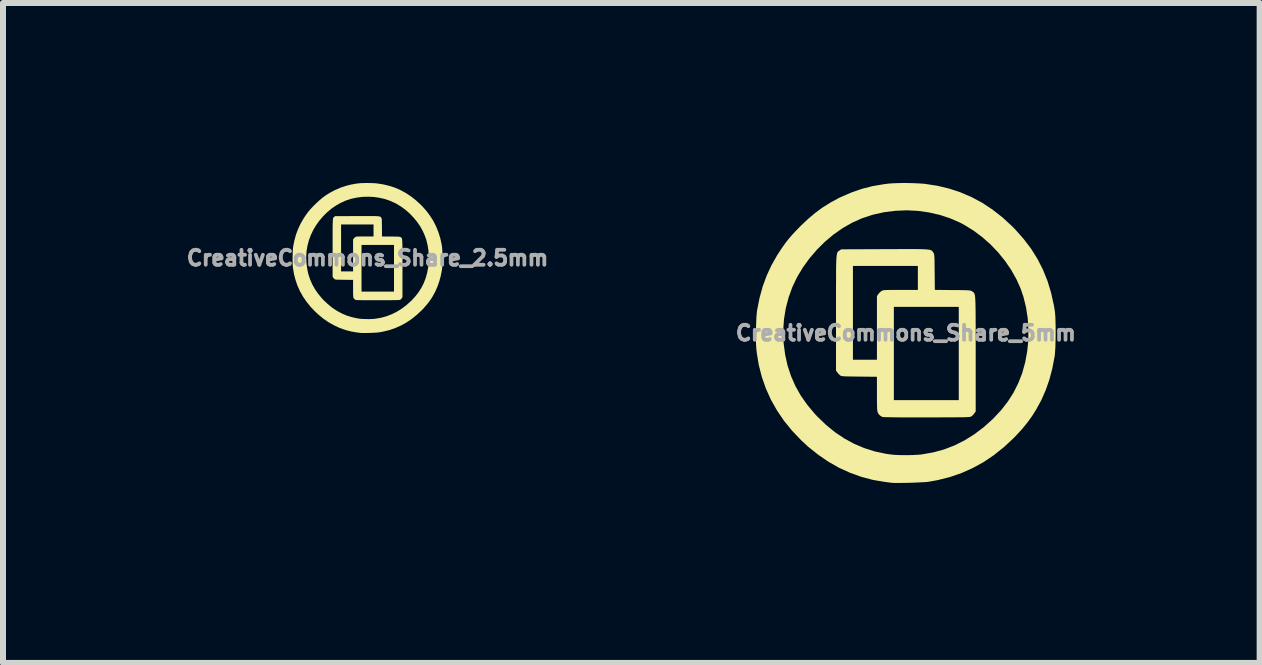
<source format=kicad_pcb>
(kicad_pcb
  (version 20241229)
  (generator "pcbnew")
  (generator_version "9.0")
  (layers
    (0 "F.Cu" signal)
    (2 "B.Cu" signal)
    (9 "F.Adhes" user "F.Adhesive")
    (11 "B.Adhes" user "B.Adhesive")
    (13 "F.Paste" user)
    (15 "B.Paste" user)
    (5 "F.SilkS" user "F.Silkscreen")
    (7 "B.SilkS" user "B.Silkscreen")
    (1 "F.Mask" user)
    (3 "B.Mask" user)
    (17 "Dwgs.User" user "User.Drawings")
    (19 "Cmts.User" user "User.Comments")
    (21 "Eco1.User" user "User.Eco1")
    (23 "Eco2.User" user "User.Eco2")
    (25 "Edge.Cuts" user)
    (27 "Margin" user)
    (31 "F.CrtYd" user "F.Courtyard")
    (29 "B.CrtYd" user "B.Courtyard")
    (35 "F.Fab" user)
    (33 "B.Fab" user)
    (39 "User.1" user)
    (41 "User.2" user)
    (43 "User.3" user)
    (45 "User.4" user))
  (footprint "CreativeCommons_Share_2.5mm"
    (layer "F.Cu")
    (at 3.075 1.25)
    (property "Reference" "CreativeCommons_Share_2.5mm" (at 0 0 0) (layer "F.Fab") (effects (font (size 0.25 0.25) (thickness 0.3))))
    (attr board_only exclude_from_pos_files exclude_from_bom)
    (fp_poly (pts (xy 0.047 -0.699) (xy 0.085 -0.699) (xy 0.116 -0.699) (xy 0.142 -0.698) (xy 0.163 -0.697) (xy 0.179 -0.696) (xy 0.192 -0.694) (xy 0.202 -0.692) (xy 0.21 -0.69) (xy 0.215 -0.687) (xy 0.219 -0.683) (xy 0.223 -0.679) (xy 0.226 -0.675) (xy 0.228 -0.671) (xy 0.231 -0.667) (xy 0.234 -0.662) (xy 0.235 -0.657) (xy 0.237 -0.648) (xy 0.238 -0.637) (xy 0.238 -0.621) (xy 0.239 -0.6) (xy 0.239 -0.572) (xy 0.24 -0.537) (xy 0.24 -0.508) (xy 0.241 -0.359) (xy 0.39 -0.358) (xy 0.431 -0.358) (xy 0.463 -0.357) (xy 0.489 -0.357) (xy 0.508 -0.356) (xy 0.523 -0.355) (xy 0.533 -0.354) (xy 0.54 -0.353) (xy 0.546 -0.351) (xy 0.55 -0.349) (xy 0.553 -0.347) (xy 0.557 -0.344) (xy 0.561 -0.341) (xy 0.565 -0.338) (xy 0.568 -0.334) (xy 0.571 -0.33) (xy 0.573 -0.323) (xy 0.575 -0.314) (xy 0.577 -0.303) (xy 0.578 -0.288) (xy 0.579 -0.27) (xy 0.58 -0.247) (xy 0.581 -0.219) (xy 0.581 -0.186) (xy 0.582 -0.147) (xy 0.582 -0.102) (xy 0.582 -0.05) (xy 0.582 0.01) (xy 0.582 0.077) (xy 0.582 0.153) (xy 0.582 0.174) (xy 0.582 0.653) (xy 0.572 0.668) (xy 0.561 0.681) (xy 0.55 0.692) (xy 0.549 0.693) (xy 0.546 0.695) (xy 0.543 0.696) (xy 0.539 0.697) (xy 0.534 0.698) (xy 0.526 0.699) (xy 0.516 0.7) (xy 0.502 0.701) (xy 0.485 0.701) (xy 0.462 0.702) (xy 0.434 0.702) (xy 0.401 0.702) (xy 0.361 0.703) (xy 0.314 0.703) (xy 0.259 0.703) (xy 0.195 0.703) (xy 0.178 0.703) (xy 0.122 0.703) (xy 0.067 0.703) (xy 0.017 0.703) (xy -0.031 0.703) (xy -0.073 0.703) (xy -0.11 0.702) (xy -0.142 0.702) (xy -0.166 0.701) (xy -0.183 0.701) (xy -0.192 0.7) (xy -0.193 0.7) (xy -0.206 0.694) (xy -0.217 0.685) (xy -0.223 0.679) (xy -0.229 0.673) (xy -0.233 0.666) (xy -0.236 0.657) (xy -0.238 0.646) (xy -0.239 0.63) (xy -0.24 0.609) (xy -0.241 0.582) (xy -0.241 0.559) (xy -0.1 0.559) (xy 0.441 0.559) (xy 0.441 -0.218) (xy -0.1 -0.218) (xy -0.1 0.559) (xy -0.241 0.559) (xy -0.241 0.548) (xy -0.241 0.507) (xy -0.241 0.364) (xy -0.388 0.363) (xy -0.429 0.362) (xy -0.461 0.362) (xy -0.487 0.361) (xy -0.506 0.361) (xy -0.52 0.36) (xy -0.531 0.359) (xy -0.538 0.357) (xy -0.543 0.355) (xy -0.547 0.353) (xy -0.549 0.352) (xy -0.56 0.341) (xy -0.571 0.329) (xy -0.572 0.327) (xy -0.582 0.312) (xy -0.582 0.223) (xy -0.441 0.223) (xy -0.241 0.223) (xy -0.241 -0.308) (xy -0.231 -0.323) (xy -0.219 -0.336) (xy -0.206 -0.348) (xy -0.205 -0.349) (xy -0.2 -0.352) (xy -0.196 -0.354) (xy -0.19 -0.356) (xy -0.182 -0.357) (xy -0.171 -0.358) (xy -0.155 -0.358) (xy -0.134 -0.359) (xy -0.107 -0.359) (xy -0.072 -0.359) (xy -0.045 -0.359) (xy 0.1 -0.359) (xy 0.1 -0.559) (xy -0.441 -0.559) (xy -0.441 0.223) (xy -0.582 0.223) (xy -0.582 -0.167) (xy -0.582 -0.245) (xy -0.582 -0.315) (xy -0.582 -0.376) (xy -0.582 -0.43) (xy -0.582 -0.477) (xy -0.581 -0.518) (xy -0.581 -0.552) (xy -0.58 -0.581) (xy -0.579 -0.605) (xy -0.578 -0.625) (xy -0.577 -0.64) (xy -0.576 -0.653) (xy -0.574 -0.662) (xy -0.571 -0.669) (xy -0.569 -0.674) (xy -0.566 -0.678) (xy -0.562 -0.681) (xy -0.558 -0.684) (xy -0.554 -0.687) (xy -0.553 -0.688) (xy -0.539 -0.698) (xy -0.176 -0.699) (xy -0.108 -0.699) (xy -0.049 -0.699) (xy 0.003 -0.699)) (stroke (width 0) (type solid)) (fill yes) (layer "F.SilkS"))
    (fp_poly (pts (xy 0.009 -1.25) (xy 0.052 -1.249) (xy 0.093 -1.248) (xy 0.13 -1.246) (xy 0.159 -1.243) (xy 0.263 -1.227) (xy 0.362 -1.203) (xy 0.458 -1.172) (xy 0.549 -1.132) (xy 0.637 -1.084) (xy 0.722 -1.028) (xy 0.804 -0.964) (xy 0.884 -0.891) (xy 0.912 -0.863) (xy 0.982 -0.784) (xy 1.043 -0.702) (xy 1.097 -0.617) (xy 1.142 -0.527) (xy 1.18 -0.433) (xy 1.211 -0.335) (xy 1.234 -0.231) (xy 1.242 -0.18) (xy 1.244 -0.157) (xy 1.246 -0.127) (xy 1.247 -0.092) (xy 1.248 -0.052) (xy 1.248 -0.01) (xy 1.248 0.033) (xy 1.247 0.074) (xy 1.246 0.113) (xy 1.244 0.148) (xy 1.242 0.177) (xy 1.24 0.195) (xy 1.221 0.295) (xy 1.196 0.388) (xy 1.165 0.476) (xy 1.128 0.56) (xy 1.087 0.636) (xy 1.052 0.692) (xy 1.014 0.744) (xy 0.972 0.795) (xy 0.925 0.848) (xy 0.896 0.877) (xy 0.815 0.952) (xy 0.732 1.018) (xy 0.646 1.076) (xy 0.557 1.125) (xy 0.464 1.166) (xy 0.367 1.2) (xy 0.265 1.225) (xy 0.19 1.239) (xy 0.175 1.241) (xy 0.153 1.243) (xy 0.125 1.244) (xy 0.093 1.246) (xy 0.059 1.247) (xy 0.024 1.248) (xy -0.011 1.249) (xy -0.043 1.249) (xy -0.072 1.249) (xy -0.097 1.249) (xy -0.114 1.248) (xy -0.123 1.247) (xy -0.132 1.246) (xy -0.148 1.244) (xy -0.167 1.241) (xy -0.175 1.241) (xy -0.273 1.224) (xy -0.37 1.199) (xy -0.465 1.165) (xy -0.557 1.122) (xy -0.646 1.072) (xy -0.733 1.013) (xy -0.815 0.946) (xy -0.872 0.893) (xy -0.948 0.814) (xy -1.015 0.731) (xy -1.074 0.645) (xy -1.125 0.555) (xy -1.167 0.462) (xy -1.2 0.366) (xy -1.226 0.266) (xy -1.243 0.162) (xy -1.246 0.135) (xy -1.248 0.108) (xy -1.249 0.075) (xy -1.249 0.037) (xy -1.249 -0.003) (xy -1.249 -0.022) (xy -1.022 -0.022) (xy -1.019 0.072) (xy -1.018 0.084) (xy -1.006 0.179) (xy -0.986 0.27) (xy -0.957 0.357) (xy -0.921 0.44) (xy -0.876 0.52) (xy -0.822 0.597) (xy -0.761 0.671) (xy -0.737 0.697) (xy -0.664 0.766) (xy -0.59 0.827) (xy -0.512 0.879) (xy -0.431 0.923) (xy -0.347 0.959) (xy -0.259 0.986) (xy -0.167 1.006) (xy -0.133 1.011) (xy -0.103 1.014) (xy -0.066 1.016) (xy -0.025 1.017) (xy 0.017 1.018) (xy 0.059 1.017) (xy 0.098 1.015) (xy 0.13 1.012) (xy 0.135 1.011) (xy 0.228 0.995) (xy 0.318 0.97) (xy 0.405 0.936) (xy 0.489 0.894) (xy 0.57 0.844) (xy 0.648 0.785) (xy 0.724 0.717) (xy 0.732 0.709) (xy 0.795 0.641) (xy 0.85 0.57) (xy 0.897 0.497) (xy 0.936 0.42) (xy 0.968 0.338) (xy 0.97 0.332) (xy 0.994 0.244) (xy 1.011 0.154) (xy 1.02 0.061) (xy 1.022 -0.031) (xy 1.015 -0.123) (xy 1.001 -0.214) (xy 0.98 -0.301) (xy 0.956 -0.37) (xy 0.921 -0.449) (xy 0.878 -0.527) (xy 0.827 -0.601) (xy 0.769 -0.672) (xy 0.706 -0.738) (xy 0.638 -0.799) (xy 0.565 -0.853) (xy 0.489 -0.9) (xy 0.452 -0.919) (xy 0.369 -0.956) (xy 0.282 -0.985) (xy 0.192 -1.005) (xy 0.1 -1.018) (xy 0.007 -1.022) (xy -0.087 -1.019) (xy -0.18 -1.007) (xy -0.273 -0.987) (xy -0.284 -0.984) (xy -0.367 -0.956) (xy -0.448 -0.919) (xy -0.527 -0.874) (xy -0.602 -0.822) (xy -0.674 -0.762) (xy -0.741 -0.695) (xy -0.804 -0.621) (xy -0.857 -0.547) (xy -0.905 -0.467) (xy -0.945 -0.383) (xy -0.977 -0.296) (xy -1.001 -0.207) (xy -1.016 -0.115) (xy -1.022 -0.022) (xy -1.249 -0.022) (xy -1.248 -0.045) (xy -1.247 -0.086) (xy -1.245 -0.123) (xy -1.243 -0.157) (xy -1.24 -0.184) (xy -1.239 -0.193) (xy -1.219 -0.293) (xy -1.193 -0.388) (xy -1.16 -0.477) (xy -1.12 -0.564) (xy -1.073 -0.647) (xy -1.05 -0.683) (xy -1.025 -0.72) (xy -1.001 -0.753) (xy -0.978 -0.783) (xy -0.953 -0.812) (xy -0.925 -0.842) (xy -0.893 -0.876) (xy -0.875 -0.893) (xy -0.814 -0.951) (xy -0.754 -1.002) (xy -0.693 -1.047) (xy -0.628 -1.087) (xy -0.559 -1.124) (xy -0.543 -1.132) (xy -0.457 -1.17) (xy -0.37 -1.2) (xy -0.281 -1.223) (xy -0.187 -1.24) (xy -0.141 -1.245) (xy -0.112 -1.248) (xy -0.075 -1.249) (xy -0.035 -1.25)) (stroke (width 0) (type solid)) (fill yes) (layer "F.SilkS")))
  (footprint "CreativeCommons_Share_5mm"
    (layer "F.Cu")
    (at 12.046 2.5)
    (property "Reference" "CreativeCommons_Share_5mm" (at 0 0 0) (layer "F.Fab") (effects (font (size 0.25 0.25) (thickness 0.3))))
    (attr board_only exclude_from_pos_files exclude_from_bom)
    (fp_poly (pts (xy 0.094 -1.399) (xy 0.169 -1.399) (xy 0.232 -1.398) (xy 0.284 -1.397) (xy 0.326 -1.395) (xy 0.359 -1.392) (xy 0.385 -1.389) (xy 0.405 -1.385) (xy 0.419 -1.38) (xy 0.43 -1.374) (xy 0.439 -1.367) (xy 0.445 -1.359) (xy 0.452 -1.349) (xy 0.457 -1.342) (xy 0.463 -1.334) (xy 0.467 -1.325) (xy 0.471 -1.313) (xy 0.473 -1.297) (xy 0.475 -1.274) (xy 0.477 -1.242) (xy 0.478 -1.199) (xy 0.479 -1.144) (xy 0.479 -1.073) (xy 0.48 -1.016) (xy 0.483 -0.719) (xy 0.78 -0.716) (xy 0.861 -0.716) (xy 0.927 -0.715) (xy 0.978 -0.714) (xy 1.017 -0.713) (xy 1.045 -0.711) (xy 1.066 -0.709) (xy 1.081 -0.706) (xy 1.092 -0.702) (xy 1.1 -0.697) (xy 1.106 -0.693) (xy 1.115 -0.687) (xy 1.123 -0.682) (xy 1.13 -0.676) (xy 1.136 -0.669) (xy 1.142 -0.659) (xy 1.146 -0.646) (xy 1.15 -0.629) (xy 1.154 -0.606) (xy 1.156 -0.576) (xy 1.158 -0.539) (xy 1.16 -0.494) (xy 1.161 -0.438) (xy 1.162 -0.372) (xy 1.163 -0.295) (xy 1.163 -0.204) (xy 1.164 -0.1) (xy 1.164 0.019) (xy 1.164 0.154) (xy 1.164 0.306) (xy 1.164 0.348) (xy 1.164 1.306) (xy 1.143 1.336) (xy 1.122 1.362) (xy 1.099 1.384) (xy 1.097 1.386) (xy 1.092 1.389) (xy 1.086 1.392) (xy 1.079 1.395) (xy 1.068 1.397) (xy 1.053 1.399) (xy 1.032 1.4) (xy 1.005 1.402) (xy 0.969 1.403) (xy 0.924 1.404) (xy 0.869 1.404) (xy 0.802 1.405) (xy 0.721 1.405) (xy 0.627 1.405) (xy 0.517 1.406) (xy 0.391 1.406) (xy 0.356 1.406) (xy 0.243 1.406) (xy 0.135 1.406) (xy 0.033 1.406) (xy -0.061 1.406) (xy -0.146 1.405) (xy -0.221 1.404) (xy -0.283 1.403) (xy -0.332 1.402) (xy -0.366 1.401) (xy -0.384 1.4) (xy -0.385 1.4) (xy -0.411 1.388) (xy -0.434 1.371) (xy -0.447 1.358) (xy -0.457 1.346) (xy -0.465 1.332) (xy -0.471 1.315) (xy -0.476 1.291) (xy -0.479 1.26) (xy -0.48 1.218) (xy -0.481 1.164) (xy -0.482 1.118) (xy -0.2 1.118) (xy 0.882 1.118) (xy 0.882 -0.436) (xy -0.2 -0.436) (xy -0.2 1.118) (xy -0.482 1.118) (xy -0.482 1.097) (xy -0.482 1.015) (xy -0.482 0.729) (xy -0.777 0.726) (xy -0.858 0.725) (xy -0.923 0.724) (xy -0.974 0.723) (xy -1.012 0.722) (xy -1.041 0.72) (xy -1.061 0.718) (xy -1.076 0.715) (xy -1.086 0.711) (xy -1.094 0.706) (xy -1.097 0.704) (xy -1.12 0.683) (xy -1.141 0.657) (xy -1.143 0.655) (xy -1.164 0.625) (xy -1.164 0.445) (xy -0.882 0.445) (xy -0.482 0.445) (xy -0.482 -0.615) (xy -0.461 -0.646) (xy -0.439 -0.673) (xy -0.412 -0.696) (xy -0.41 -0.698) (xy -0.401 -0.703) (xy -0.392 -0.708) (xy -0.38 -0.711) (xy -0.364 -0.714) (xy -0.341 -0.716) (xy -0.31 -0.717) (xy -0.268 -0.718) (xy -0.213 -0.718) (xy -0.144 -0.718) (xy -0.09 -0.718) (xy 0.2 -0.718) (xy 0.2 -1.118) (xy -0.882 -1.118) (xy -0.882 0.445) (xy -1.164 0.445) (xy -1.164 -0.334) (xy -1.164 -0.49) (xy -1.164 -0.63) (xy -1.164 -0.753) (xy -1.163 -0.86) (xy -1.163 -0.954) (xy -1.163 -1.035) (xy -1.162 -1.104) (xy -1.161 -1.162) (xy -1.159 -1.21) (xy -1.157 -1.249) (xy -1.154 -1.281) (xy -1.151 -1.305) (xy -1.147 -1.324) (xy -1.143 -1.338) (xy -1.138 -1.349) (xy -1.132 -1.356) (xy -1.125 -1.362) (xy -1.117 -1.368) (xy -1.108 -1.373) (xy -1.106 -1.375) (xy -1.077 -1.395) (xy -0.352 -1.398) (xy -0.216 -1.398) (xy -0.097 -1.399) (xy 0.006 -1.399)) (stroke (width 0) (type solid)) (fill yes) (layer "F.SilkS"))
    (fp_poly (pts (xy 0.017 -2.5) (xy 0.104 -2.498) (xy 0.186 -2.495) (xy 0.259 -2.491) (xy 0.318 -2.486) (xy 0.526 -2.454) (xy 0.725 -2.406) (xy 0.915 -2.343) (xy 1.098 -2.264) (xy 1.275 -2.169) (xy 1.444 -2.057) (xy 1.609 -1.928) (xy 1.768 -1.782) (xy 1.824 -1.725) (xy 1.963 -1.568) (xy 2.087 -1.405) (xy 2.194 -1.234) (xy 2.285 -1.055) (xy 2.361 -0.867) (xy 2.421 -0.669) (xy 2.467 -0.461) (xy 2.484 -0.359) (xy 2.488 -0.314) (xy 2.492 -0.255) (xy 2.494 -0.183) (xy 2.496 -0.104) (xy 2.496 -0.02) (xy 2.496 0.065) (xy 2.494 0.149) (xy 2.492 0.227) (xy 2.488 0.296) (xy 2.484 0.354) (xy 2.479 0.391) (xy 2.441 0.59) (xy 2.392 0.776) (xy 2.331 0.951) (xy 2.257 1.119) (xy 2.174 1.271) (xy 2.104 1.383) (xy 2.028 1.488) (xy 1.945 1.591) (xy 1.85 1.695) (xy 1.792 1.755) (xy 1.631 1.904) (xy 1.465 2.036) (xy 1.293 2.152) (xy 1.114 2.25) (xy 0.928 2.333) (xy 0.734 2.4) (xy 0.531 2.451) (xy 0.38 2.478) (xy 0.349 2.482) (xy 0.305 2.485) (xy 0.25 2.488) (xy 0.186 2.491) (xy 0.118 2.494) (xy 0.048 2.496) (xy -0.021 2.497) (xy -0.087 2.498) (xy -0.145 2.498) (xy -0.193 2.498) (xy -0.229 2.496) (xy -0.245 2.495) (xy -0.265 2.492) (xy -0.296 2.488) (xy -0.335 2.483) (xy -0.35 2.481) (xy -0.547 2.448) (xy -0.74 2.397) (xy -0.93 2.329) (xy -1.114 2.245) (xy -1.293 2.143) (xy -1.465 2.025) (xy -1.631 1.892) (xy -1.744 1.787) (xy -1.896 1.628) (xy -2.031 1.462) (xy -2.148 1.289) (xy -2.249 1.11) (xy -2.333 0.924) (xy -2.4 0.732) (xy -2.451 0.532) (xy -2.485 0.325) (xy -2.491 0.27) (xy -2.495 0.217) (xy -2.498 0.15) (xy -2.499 0.075) (xy -2.498 -0.007) (xy -2.498 -0.043) (xy -2.044 -0.043) (xy -2.039 0.144) (xy -2.037 0.168) (xy -2.012 0.358) (xy -1.972 0.54) (xy -1.915 0.714) (xy -1.842 0.881) (xy -1.752 1.041) (xy -1.645 1.194) (xy -1.521 1.343) (xy -1.474 1.393) (xy -1.329 1.532) (xy -1.179 1.654) (xy -1.024 1.758) (xy -0.862 1.846) (xy -0.694 1.917) (xy -0.518 1.973) (xy -0.334 2.012) (xy -0.266 2.022) (xy -0.205 2.029) (xy -0.132 2.033) (xy -0.05 2.035) (xy 0.035 2.035) (xy 0.118 2.033) (xy 0.195 2.029) (xy 0.26 2.024) (xy 0.27 2.022) (xy 0.457 1.989) (xy 0.637 1.94) (xy 0.811 1.873) (xy 0.978 1.789) (xy 1.14 1.688) (xy 1.296 1.57) (xy 1.447 1.435) (xy 1.464 1.418) (xy 1.591 1.282) (xy 1.7 1.141) (xy 1.794 0.994) (xy 1.872 0.839) (xy 1.936 0.676) (xy 1.94 0.664) (xy 1.989 0.488) (xy 2.022 0.307) (xy 2.041 0.123) (xy 2.043 -0.063) (xy 2.031 -0.247) (xy 2.003 -0.427) (xy 1.96 -0.602) (xy 1.913 -0.74) (xy 1.842 -0.898) (xy 1.755 -1.053) (xy 1.653 -1.202) (xy 1.538 -1.344) (xy 1.412 -1.476) (xy 1.275 -1.597) (xy 1.13 -1.706) (xy 0.978 -1.8) (xy 0.905 -1.839) (xy 0.738 -1.912) (xy 0.564 -1.969) (xy 0.384 -2.01) (xy 0.2 -2.036) (xy 0.013 -2.045) (xy -0.174 -2.037) (xy -0.361 -2.014) (xy -0.545 -1.973) (xy -0.567 -1.967) (xy -0.734 -1.911) (xy -0.897 -1.838) (xy -1.054 -1.748) (xy -1.204 -1.643) (xy -1.347 -1.523) (xy -1.482 -1.389) (xy -1.608 -1.242) (xy -1.715 -1.094) (xy -1.811 -0.935) (xy -1.891 -0.767) (xy -1.954 -0.593) (xy -2.001 -0.413) (xy -2.031 -0.23) (xy -2.044 -0.043) (xy -2.498 -0.043) (xy -2.497 -0.09) (xy -2.494 -0.171) (xy -2.491 -0.247) (xy -2.486 -0.314) (xy -2.481 -0.367) (xy -2.478 -0.385) (xy -2.438 -0.586) (xy -2.386 -0.775) (xy -2.32 -0.955) (xy -2.241 -1.127) (xy -2.146 -1.294) (xy -2.1 -1.365) (xy -2.05 -1.44) (xy -2.003 -1.505) (xy -1.956 -1.565) (xy -1.906 -1.624) (xy -1.85 -1.685) (xy -1.785 -1.752) (xy -1.751 -1.787) (xy -1.628 -1.903) (xy -1.508 -2.004) (xy -1.385 -2.094) (xy -1.257 -2.174) (xy -1.119 -2.249) (xy -1.086 -2.265) (xy -0.913 -2.34) (xy -0.74 -2.401) (xy -0.561 -2.447) (xy -0.375 -2.479) (xy -0.282 -2.491) (xy -0.223 -2.495) (xy -0.151 -2.498) (xy -0.069 -2.5)) (stroke (width 0) (type solid)) (fill yes) (layer "F.SilkS")))
  (gr_rect
    (start -3 -3)
    (end 17.942 7.998)
    (stroke (width 0.1) (type default))
    (fill no)
    (layer "Edge.Cuts")))
</source>
